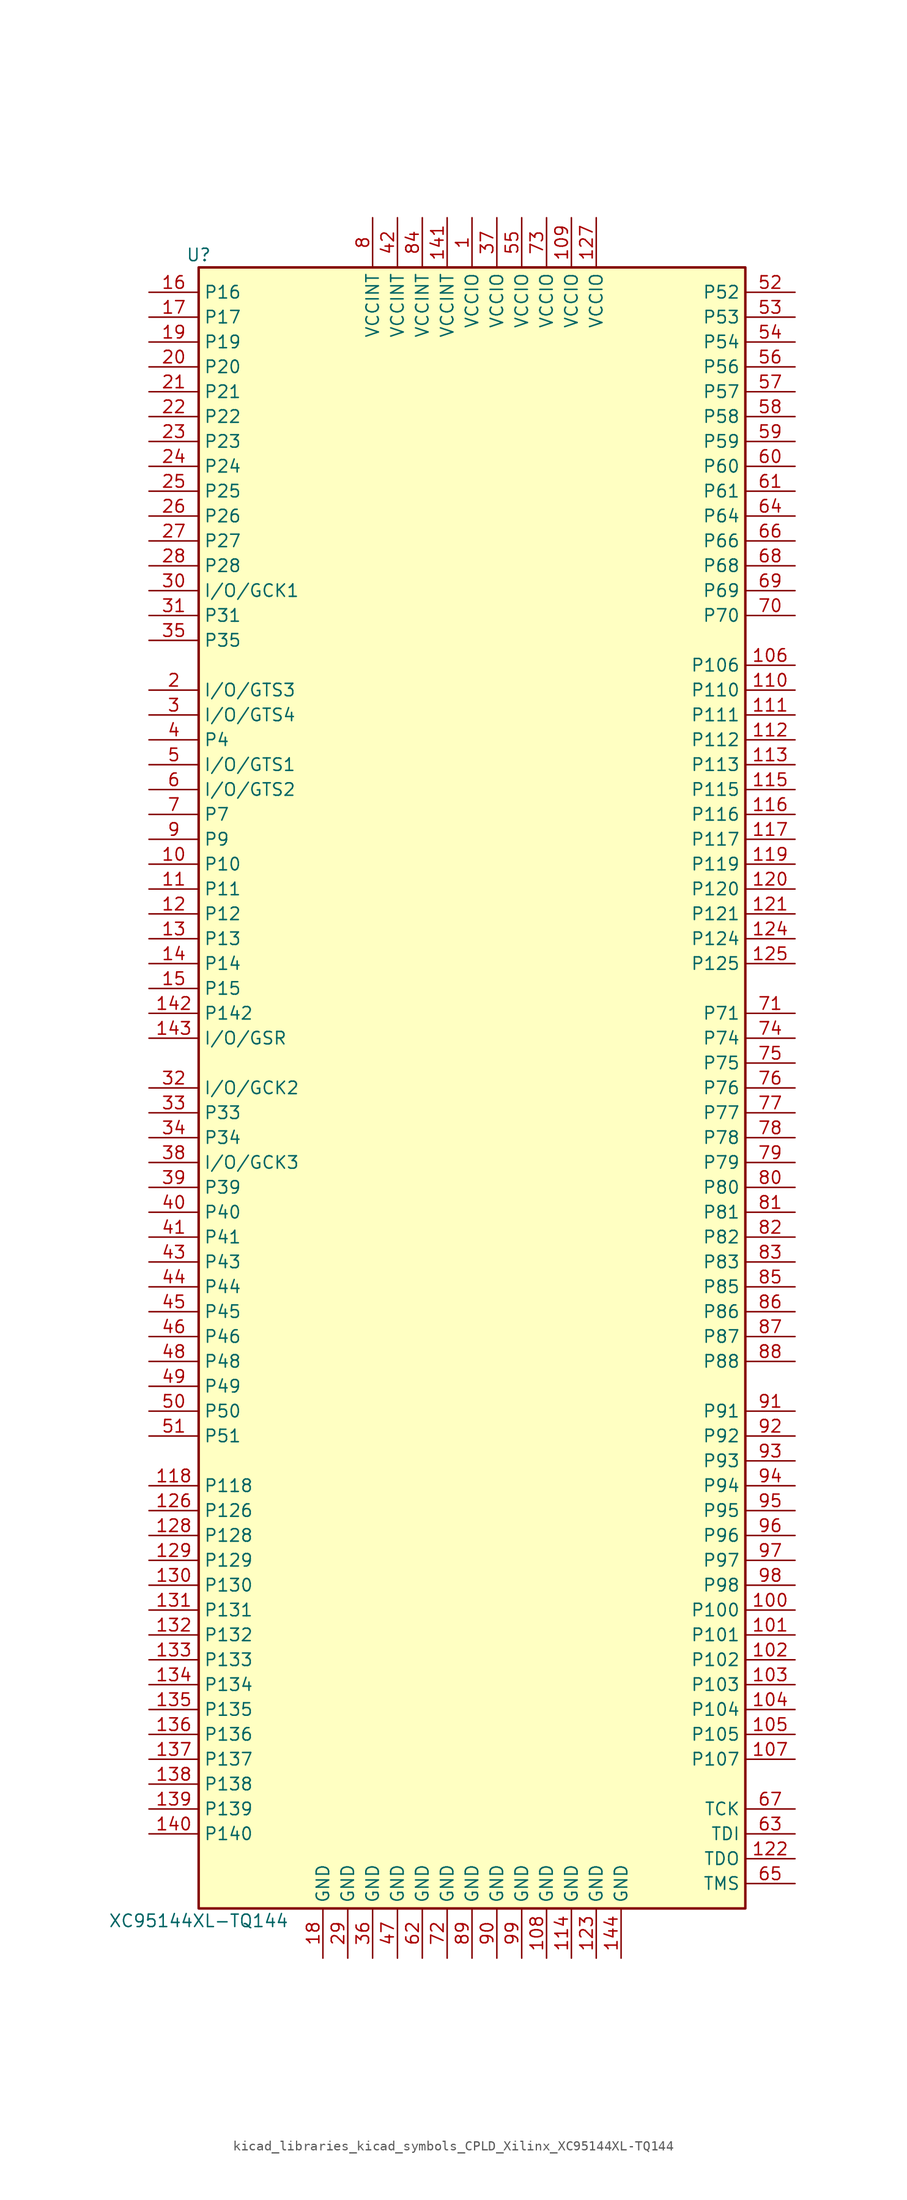
<source format=kicad_sym>
(kicad_symbol_lib
  (version 20220914)
  (generator kicad_symbol_editor)
  (symbol "kicad_libraries_kicad_symbols_CPLD_Xilinx_XC95144XL-TQ144"
    (property "Reference" "U"
      (at -27.94 85.09 0)
      (effects (font (size 1.27 1.27))))
    (property "Value" "XC95144XL-TQ144"
      (at -27.94 -85.09 0)
      (effects (font (size 1.27 1.27))))
    (symbol "kicad_libraries_kicad_symbols_CPLD_Xilinx_XC95144XL-TQ144_1_1"
      (rectangle (start -27.94 83.82) (end 27.94 -83.82) (stroke (width 0.254) (type default)) (fill (type background)))
      (pin power_in line (at 0 88.9 270) (length 5.08) (name "VCCIO" (effects (font (size 1.27 1.27)))) (number "1" (effects (font (size 1.27 1.27)))))
      (pin bidirectional line (at -33.02 22.86 0) (length 5.08) (name "P10" (effects (font (size 1.27 1.27)))) (number "10" (effects (font (size 1.27 1.27)))))
      (pin bidirectional line (at 33.02 -53.34 180) (length 5.08) (name "P100" (effects (font (size 1.27 1.27)))) (number "100" (effects (font (size 1.27 1.27)))))
      (pin bidirectional line (at 33.02 -55.88 180) (length 5.08) (name "P101" (effects (font (size 1.27 1.27)))) (number "101" (effects (font (size 1.27 1.27)))))
      (pin bidirectional line (at 33.02 -58.42 180) (length 5.08) (name "P102" (effects (font (size 1.27 1.27)))) (number "102" (effects (font (size 1.27 1.27)))))
      (pin bidirectional line (at 33.02 -60.96 180) (length 5.08) (name "P103" (effects (font (size 1.27 1.27)))) (number "103" (effects (font (size 1.27 1.27)))))
      (pin bidirectional line (at 33.02 -63.5 180) (length 5.08) (name "P104" (effects (font (size 1.27 1.27)))) (number "104" (effects (font (size 1.27 1.27)))))
      (pin bidirectional line (at 33.02 -66.04 180) (length 5.08) (name "P105" (effects (font (size 1.27 1.27)))) (number "105" (effects (font (size 1.27 1.27)))))
      (pin bidirectional line (at 33.02 43.18 180) (length 5.08) (name "P106" (effects (font (size 1.27 1.27)))) (number "106" (effects (font (size 1.27 1.27)))))
      (pin bidirectional line (at 33.02 -68.58 180) (length 5.08) (name "P107" (effects (font (size 1.27 1.27)))) (number "107" (effects (font (size 1.27 1.27)))))
      (pin power_in line (at 7.62 -88.9 90) (length 5.08) (name "GND" (effects (font (size 1.27 1.27)))) (number "108" (effects (font (size 1.27 1.27)))))
      (pin power_in line (at 10.16 88.9 270) (length 5.08) (name "VCCIO" (effects (font (size 1.27 1.27)))) (number "109" (effects (font (size 1.27 1.27)))))
      (pin bidirectional line (at -33.02 20.32 0) (length 5.08) (name "P11" (effects (font (size 1.27 1.27)))) (number "11" (effects (font (size 1.27 1.27)))))
      (pin bidirectional line (at 33.02 40.64 180) (length 5.08) (name "P110" (effects (font (size 1.27 1.27)))) (number "110" (effects (font (size 1.27 1.27)))))
      (pin bidirectional line (at 33.02 38.1 180) (length 5.08) (name "P111" (effects (font (size 1.27 1.27)))) (number "111" (effects (font (size 1.27 1.27)))))
      (pin bidirectional line (at 33.02 35.56 180) (length 5.08) (name "P112" (effects (font (size 1.27 1.27)))) (number "112" (effects (font (size 1.27 1.27)))))
      (pin bidirectional line (at 33.02 33.02 180) (length 5.08) (name "P113" (effects (font (size 1.27 1.27)))) (number "113" (effects (font (size 1.27 1.27)))))
      (pin power_in line (at 10.16 -88.9 90) (length 5.08) (name "GND" (effects (font (size 1.27 1.27)))) (number "114" (effects (font (size 1.27 1.27)))))
      (pin bidirectional line (at 33.02 30.48 180) (length 5.08) (name "P115" (effects (font (size 1.27 1.27)))) (number "115" (effects (font (size 1.27 1.27)))))
      (pin bidirectional line (at 33.02 27.94 180) (length 5.08) (name "P116" (effects (font (size 1.27 1.27)))) (number "116" (effects (font (size 1.27 1.27)))))
      (pin bidirectional line (at 33.02 25.4 180) (length 5.08) (name "P117" (effects (font (size 1.27 1.27)))) (number "117" (effects (font (size 1.27 1.27)))))
      (pin bidirectional line (at -33.02 -40.64 0) (length 5.08) (name "P118" (effects (font (size 1.27 1.27)))) (number "118" (effects (font (size 1.27 1.27)))))
      (pin bidirectional line (at 33.02 22.86 180) (length 5.08) (name "P119" (effects (font (size 1.27 1.27)))) (number "119" (effects (font (size 1.27 1.27)))))
      (pin bidirectional line (at -33.02 17.78 0) (length 5.08) (name "P12" (effects (font (size 1.27 1.27)))) (number "12" (effects (font (size 1.27 1.27)))))
      (pin bidirectional line (at 33.02 20.32 180) (length 5.08) (name "P120" (effects (font (size 1.27 1.27)))) (number "120" (effects (font (size 1.27 1.27)))))
      (pin bidirectional line (at 33.02 17.78 180) (length 5.08) (name "P121" (effects (font (size 1.27 1.27)))) (number "121" (effects (font (size 1.27 1.27)))))
      (pin bidirectional line (at 33.02 -78.74 180) (length 5.08) (name "TDO" (effects (font (size 1.27 1.27)))) (number "122" (effects (font (size 1.27 1.27)))))
      (pin power_in line (at 12.7 -88.9 90) (length 5.08) (name "GND" (effects (font (size 1.27 1.27)))) (number "123" (effects (font (size 1.27 1.27)))))
      (pin bidirectional line (at 33.02 15.24 180) (length 5.08) (name "P124" (effects (font (size 1.27 1.27)))) (number "124" (effects (font (size 1.27 1.27)))))
      (pin bidirectional line (at 33.02 12.7 180) (length 5.08) (name "P125" (effects (font (size 1.27 1.27)))) (number "125" (effects (font (size 1.27 1.27)))))
      (pin bidirectional line (at -33.02 -43.18 0) (length 5.08) (name "P126" (effects (font (size 1.27 1.27)))) (number "126" (effects (font (size 1.27 1.27)))))
      (pin power_in line (at 12.7 88.9 270) (length 5.08) (name "VCCIO" (effects (font (size 1.27 1.27)))) (number "127" (effects (font (size 1.27 1.27)))))
      (pin bidirectional line (at -33.02 -45.72 0) (length 5.08) (name "P128" (effects (font (size 1.27 1.27)))) (number "128" (effects (font (size 1.27 1.27)))))
      (pin bidirectional line (at -33.02 -48.26 0) (length 5.08) (name "P129" (effects (font (size 1.27 1.27)))) (number "129" (effects (font (size 1.27 1.27)))))
      (pin bidirectional line (at -33.02 15.24 0) (length 5.08) (name "P13" (effects (font (size 1.27 1.27)))) (number "13" (effects (font (size 1.27 1.27)))))
      (pin bidirectional line (at -33.02 -50.8 0) (length 5.08) (name "P130" (effects (font (size 1.27 1.27)))) (number "130" (effects (font (size 1.27 1.27)))))
      (pin bidirectional line (at -33.02 -53.34 0) (length 5.08) (name "P131" (effects (font (size 1.27 1.27)))) (number "131" (effects (font (size 1.27 1.27)))))
      (pin bidirectional line (at -33.02 -55.88 0) (length 5.08) (name "P132" (effects (font (size 1.27 1.27)))) (number "132" (effects (font (size 1.27 1.27)))))
      (pin bidirectional line (at -33.02 -58.42 0) (length 5.08) (name "P133" (effects (font (size 1.27 1.27)))) (number "133" (effects (font (size 1.27 1.27)))))
      (pin bidirectional line (at -33.02 -60.96 0) (length 5.08) (name "P134" (effects (font (size 1.27 1.27)))) (number "134" (effects (font (size 1.27 1.27)))))
      (pin bidirectional line (at -33.02 -63.5 0) (length 5.08) (name "P135" (effects (font (size 1.27 1.27)))) (number "135" (effects (font (size 1.27 1.27)))))
      (pin bidirectional line (at -33.02 -66.04 0) (length 5.08) (name "P136" (effects (font (size 1.27 1.27)))) (number "136" (effects (font (size 1.27 1.27)))))
      (pin bidirectional line (at -33.02 -68.58 0) (length 5.08) (name "P137" (effects (font (size 1.27 1.27)))) (number "137" (effects (font (size 1.27 1.27)))))
      (pin bidirectional line (at -33.02 -71.12 0) (length 5.08) (name "P138" (effects (font (size 1.27 1.27)))) (number "138" (effects (font (size 1.27 1.27)))))
      (pin bidirectional line (at -33.02 -73.66 0) (length 5.08) (name "P139" (effects (font (size 1.27 1.27)))) (number "139" (effects (font (size 1.27 1.27)))))
      (pin bidirectional line (at -33.02 12.7 0) (length 5.08) (name "P14" (effects (font (size 1.27 1.27)))) (number "14" (effects (font (size 1.27 1.27)))))
      (pin bidirectional line (at -33.02 -76.2 0) (length 5.08) (name "P140" (effects (font (size 1.27 1.27)))) (number "140" (effects (font (size 1.27 1.27)))))
      (pin power_in line (at -2.54 88.9 270) (length 5.08) (name "VCCINT" (effects (font (size 1.27 1.27)))) (number "141" (effects (font (size 1.27 1.27)))))
      (pin bidirectional line (at -33.02 7.62 0) (length 5.08) (name "P142" (effects (font (size 1.27 1.27)))) (number "142" (effects (font (size 1.27 1.27)))))
      (pin bidirectional line (at -33.02 5.08 0) (length 5.08) (name "I/O/GSR" (effects (font (size 1.27 1.27)))) (number "143" (effects (font (size 1.27 1.27)))))
      (pin power_in line (at 15.24 -88.9 90) (length 5.08) (name "GND" (effects (font (size 1.27 1.27)))) (number "144" (effects (font (size 1.27 1.27)))))
      (pin bidirectional line (at -33.02 10.16 0) (length 5.08) (name "P15" (effects (font (size 1.27 1.27)))) (number "15" (effects (font (size 1.27 1.27)))))
      (pin bidirectional line (at -33.02 81.28 0) (length 5.08) (name "P16" (effects (font (size 1.27 1.27)))) (number "16" (effects (font (size 1.27 1.27)))))
      (pin bidirectional line (at -33.02 78.74 0) (length 5.08) (name "P17" (effects (font (size 1.27 1.27)))) (number "17" (effects (font (size 1.27 1.27)))))
      (pin power_in line (at -15.24 -88.9 90) (length 5.08) (name "GND" (effects (font (size 1.27 1.27)))) (number "18" (effects (font (size 1.27 1.27)))))
      (pin bidirectional line (at -33.02 76.2 0) (length 5.08) (name "P19" (effects (font (size 1.27 1.27)))) (number "19" (effects (font (size 1.27 1.27)))))
      (pin bidirectional line (at -33.02 40.64 0) (length 5.08) (name "I/O/GTS3" (effects (font (size 1.27 1.27)))) (number "2" (effects (font (size 1.27 1.27)))))
      (pin bidirectional line (at -33.02 73.66 0) (length 5.08) (name "P20" (effects (font (size 1.27 1.27)))) (number "20" (effects (font (size 1.27 1.27)))))
      (pin bidirectional line (at -33.02 71.12 0) (length 5.08) (name "P21" (effects (font (size 1.27 1.27)))) (number "21" (effects (font (size 1.27 1.27)))))
      (pin bidirectional line (at -33.02 68.58 0) (length 5.08) (name "P22" (effects (font (size 1.27 1.27)))) (number "22" (effects (font (size 1.27 1.27)))))
      (pin bidirectional line (at -33.02 66.04 0) (length 5.08) (name "P23" (effects (font (size 1.27 1.27)))) (number "23" (effects (font (size 1.27 1.27)))))
      (pin bidirectional line (at -33.02 63.5 0) (length 5.08) (name "P24" (effects (font (size 1.27 1.27)))) (number "24" (effects (font (size 1.27 1.27)))))
      (pin bidirectional line (at -33.02 60.96 0) (length 5.08) (name "P25" (effects (font (size 1.27 1.27)))) (number "25" (effects (font (size 1.27 1.27)))))
      (pin bidirectional line (at -33.02 58.42 0) (length 5.08) (name "P26" (effects (font (size 1.27 1.27)))) (number "26" (effects (font (size 1.27 1.27)))))
      (pin bidirectional line (at -33.02 55.88 0) (length 5.08) (name "P27" (effects (font (size 1.27 1.27)))) (number "27" (effects (font (size 1.27 1.27)))))
      (pin bidirectional line (at -33.02 53.34 0) (length 5.08) (name "P28" (effects (font (size 1.27 1.27)))) (number "28" (effects (font (size 1.27 1.27)))))
      (pin power_in line (at -12.7 -88.9 90) (length 5.08) (name "GND" (effects (font (size 1.27 1.27)))) (number "29" (effects (font (size 1.27 1.27)))))
      (pin bidirectional line (at -33.02 38.1 0) (length 5.08) (name "I/O/GTS4" (effects (font (size 1.27 1.27)))) (number "3" (effects (font (size 1.27 1.27)))))
      (pin bidirectional line (at -33.02 50.8 0) (length 5.08) (name "I/O/GCK1" (effects (font (size 1.27 1.27)))) (number "30" (effects (font (size 1.27 1.27)))))
      (pin bidirectional line (at -33.02 48.26 0) (length 5.08) (name "P31" (effects (font (size 1.27 1.27)))) (number "31" (effects (font (size 1.27 1.27)))))
      (pin bidirectional line (at -33.02 0 0) (length 5.08) (name "I/O/GCK2" (effects (font (size 1.27 1.27)))) (number "32" (effects (font (size 1.27 1.27)))))
      (pin bidirectional line (at -33.02 -2.54 0) (length 5.08) (name "P33" (effects (font (size 1.27 1.27)))) (number "33" (effects (font (size 1.27 1.27)))))
      (pin bidirectional line (at -33.02 -5.08 0) (length 5.08) (name "P34" (effects (font (size 1.27 1.27)))) (number "34" (effects (font (size 1.27 1.27)))))
      (pin bidirectional line (at -33.02 45.72 0) (length 5.08) (name "P35" (effects (font (size 1.27 1.27)))) (number "35" (effects (font (size 1.27 1.27)))))
      (pin power_in line (at -10.16 -88.9 90) (length 5.08) (name "GND" (effects (font (size 1.27 1.27)))) (number "36" (effects (font (size 1.27 1.27)))))
      (pin power_in line (at 2.54 88.9 270) (length 5.08) (name "VCCIO" (effects (font (size 1.27 1.27)))) (number "37" (effects (font (size 1.27 1.27)))))
      (pin bidirectional line (at -33.02 -7.62 0) (length 5.08) (name "I/O/GCK3" (effects (font (size 1.27 1.27)))) (number "38" (effects (font (size 1.27 1.27)))))
      (pin bidirectional line (at -33.02 -10.16 0) (length 5.08) (name "P39" (effects (font (size 1.27 1.27)))) (number "39" (effects (font (size 1.27 1.27)))))
      (pin bidirectional line (at -33.02 35.56 0) (length 5.08) (name "P4" (effects (font (size 1.27 1.27)))) (number "4" (effects (font (size 1.27 1.27)))))
      (pin bidirectional line (at -33.02 -12.7 0) (length 5.08) (name "P40" (effects (font (size 1.27 1.27)))) (number "40" (effects (font (size 1.27 1.27)))))
      (pin bidirectional line (at -33.02 -15.24 0) (length 5.08) (name "P41" (effects (font (size 1.27 1.27)))) (number "41" (effects (font (size 1.27 1.27)))))
      (pin power_in line (at -7.62 88.9 270) (length 5.08) (name "VCCINT" (effects (font (size 1.27 1.27)))) (number "42" (effects (font (size 1.27 1.27)))))
      (pin bidirectional line (at -33.02 -17.78 0) (length 5.08) (name "P43" (effects (font (size 1.27 1.27)))) (number "43" (effects (font (size 1.27 1.27)))))
      (pin bidirectional line (at -33.02 -20.32 0) (length 5.08) (name "P44" (effects (font (size 1.27 1.27)))) (number "44" (effects (font (size 1.27 1.27)))))
      (pin bidirectional line (at -33.02 -22.86 0) (length 5.08) (name "P45" (effects (font (size 1.27 1.27)))) (number "45" (effects (font (size 1.27 1.27)))))
      (pin bidirectional line (at -33.02 -25.4 0) (length 5.08) (name "P46" (effects (font (size 1.27 1.27)))) (number "46" (effects (font (size 1.27 1.27)))))
      (pin power_in line (at -7.62 -88.9 90) (length 5.08) (name "GND" (effects (font (size 1.27 1.27)))) (number "47" (effects (font (size 1.27 1.27)))))
      (pin bidirectional line (at -33.02 -27.94 0) (length 5.08) (name "P48" (effects (font (size 1.27 1.27)))) (number "48" (effects (font (size 1.27 1.27)))))
      (pin bidirectional line (at -33.02 -30.48 0) (length 5.08) (name "P49" (effects (font (size 1.27 1.27)))) (number "49" (effects (font (size 1.27 1.27)))))
      (pin bidirectional line (at -33.02 33.02 0) (length 5.08) (name "I/O/GTS1" (effects (font (size 1.27 1.27)))) (number "5" (effects (font (size 1.27 1.27)))))
      (pin bidirectional line (at -33.02 -33.02 0) (length 5.08) (name "P50" (effects (font (size 1.27 1.27)))) (number "50" (effects (font (size 1.27 1.27)))))
      (pin bidirectional line (at -33.02 -35.56 0) (length 5.08) (name "P51" (effects (font (size 1.27 1.27)))) (number "51" (effects (font (size 1.27 1.27)))))
      (pin bidirectional line (at 33.02 81.28 180) (length 5.08) (name "P52" (effects (font (size 1.27 1.27)))) (number "52" (effects (font (size 1.27 1.27)))))
      (pin bidirectional line (at 33.02 78.74 180) (length 5.08) (name "P53" (effects (font (size 1.27 1.27)))) (number "53" (effects (font (size 1.27 1.27)))))
      (pin bidirectional line (at 33.02 76.2 180) (length 5.08) (name "P54" (effects (font (size 1.27 1.27)))) (number "54" (effects (font (size 1.27 1.27)))))
      (pin power_in line (at 5.08 88.9 270) (length 5.08) (name "VCCIO" (effects (font (size 1.27 1.27)))) (number "55" (effects (font (size 1.27 1.27)))))
      (pin bidirectional line (at 33.02 73.66 180) (length 5.08) (name "P56" (effects (font (size 1.27 1.27)))) (number "56" (effects (font (size 1.27 1.27)))))
      (pin bidirectional line (at 33.02 71.12 180) (length 5.08) (name "P57" (effects (font (size 1.27 1.27)))) (number "57" (effects (font (size 1.27 1.27)))))
      (pin bidirectional line (at 33.02 68.58 180) (length 5.08) (name "P58" (effects (font (size 1.27 1.27)))) (number "58" (effects (font (size 1.27 1.27)))))
      (pin bidirectional line (at 33.02 66.04 180) (length 5.08) (name "P59" (effects (font (size 1.27 1.27)))) (number "59" (effects (font (size 1.27 1.27)))))
      (pin bidirectional line (at -33.02 30.48 0) (length 5.08) (name "I/O/GTS2" (effects (font (size 1.27 1.27)))) (number "6" (effects (font (size 1.27 1.27)))))
      (pin bidirectional line (at 33.02 63.5 180) (length 5.08) (name "P60" (effects (font (size 1.27 1.27)))) (number "60" (effects (font (size 1.27 1.27)))))
      (pin bidirectional line (at 33.02 60.96 180) (length 5.08) (name "P61" (effects (font (size 1.27 1.27)))) (number "61" (effects (font (size 1.27 1.27)))))
      (pin power_in line (at -5.08 -88.9 90) (length 5.08) (name "GND" (effects (font (size 1.27 1.27)))) (number "62" (effects (font (size 1.27 1.27)))))
      (pin bidirectional line (at 33.02 -76.2 180) (length 5.08) (name "TDI" (effects (font (size 1.27 1.27)))) (number "63" (effects (font (size 1.27 1.27)))))
      (pin bidirectional line (at 33.02 58.42 180) (length 5.08) (name "P64" (effects (font (size 1.27 1.27)))) (number "64" (effects (font (size 1.27 1.27)))))
      (pin bidirectional line (at 33.02 -81.28 180) (length 5.08) (name "TMS" (effects (font (size 1.27 1.27)))) (number "65" (effects (font (size 1.27 1.27)))))
      (pin bidirectional line (at 33.02 55.88 180) (length 5.08) (name "P66" (effects (font (size 1.27 1.27)))) (number "66" (effects (font (size 1.27 1.27)))))
      (pin bidirectional line (at 33.02 -73.66 180) (length 5.08) (name "TCK" (effects (font (size 1.27 1.27)))) (number "67" (effects (font (size 1.27 1.27)))))
      (pin bidirectional line (at 33.02 53.34 180) (length 5.08) (name "P68" (effects (font (size 1.27 1.27)))) (number "68" (effects (font (size 1.27 1.27)))))
      (pin bidirectional line (at 33.02 50.8 180) (length 5.08) (name "P69" (effects (font (size 1.27 1.27)))) (number "69" (effects (font (size 1.27 1.27)))))
      (pin bidirectional line (at -33.02 27.94 0) (length 5.08) (name "P7" (effects (font (size 1.27 1.27)))) (number "7" (effects (font (size 1.27 1.27)))))
      (pin bidirectional line (at 33.02 48.26 180) (length 5.08) (name "P70" (effects (font (size 1.27 1.27)))) (number "70" (effects (font (size 1.27 1.27)))))
      (pin bidirectional line (at 33.02 7.62 180) (length 5.08) (name "P71" (effects (font (size 1.27 1.27)))) (number "71" (effects (font (size 1.27 1.27)))))
      (pin power_in line (at -2.54 -88.9 90) (length 5.08) (name "GND" (effects (font (size 1.27 1.27)))) (number "72" (effects (font (size 1.27 1.27)))))
      (pin power_in line (at 7.62 88.9 270) (length 5.08) (name "VCCIO" (effects (font (size 1.27 1.27)))) (number "73" (effects (font (size 1.27 1.27)))))
      (pin bidirectional line (at 33.02 5.08 180) (length 5.08) (name "P74" (effects (font (size 1.27 1.27)))) (number "74" (effects (font (size 1.27 1.27)))))
      (pin bidirectional line (at 33.02 2.54 180) (length 5.08) (name "P75" (effects (font (size 1.27 1.27)))) (number "75" (effects (font (size 1.27 1.27)))))
      (pin bidirectional line (at 33.02 0 180) (length 5.08) (name "P76" (effects (font (size 1.27 1.27)))) (number "76" (effects (font (size 1.27 1.27)))))
      (pin bidirectional line (at 33.02 -2.54 180) (length 5.08) (name "P77" (effects (font (size 1.27 1.27)))) (number "77" (effects (font (size 1.27 1.27)))))
      (pin bidirectional line (at 33.02 -5.08 180) (length 5.08) (name "P78" (effects (font (size 1.27 1.27)))) (number "78" (effects (font (size 1.27 1.27)))))
      (pin bidirectional line (at 33.02 -7.62 180) (length 5.08) (name "P79" (effects (font (size 1.27 1.27)))) (number "79" (effects (font (size 1.27 1.27)))))
      (pin power_in line (at -10.16 88.9 270) (length 5.08) (name "VCCINT" (effects (font (size 1.27 1.27)))) (number "8" (effects (font (size 1.27 1.27)))))
      (pin bidirectional line (at 33.02 -10.16 180) (length 5.08) (name "P80" (effects (font (size 1.27 1.27)))) (number "80" (effects (font (size 1.27 1.27)))))
      (pin bidirectional line (at 33.02 -12.7 180) (length 5.08) (name "P81" (effects (font (size 1.27 1.27)))) (number "81" (effects (font (size 1.27 1.27)))))
      (pin bidirectional line (at 33.02 -15.24 180) (length 5.08) (name "P82" (effects (font (size 1.27 1.27)))) (number "82" (effects (font (size 1.27 1.27)))))
      (pin bidirectional line (at 33.02 -17.78 180) (length 5.08) (name "P83" (effects (font (size 1.27 1.27)))) (number "83" (effects (font (size 1.27 1.27)))))
      (pin power_in line (at -5.08 88.9 270) (length 5.08) (name "VCCINT" (effects (font (size 1.27 1.27)))) (number "84" (effects (font (size 1.27 1.27)))))
      (pin bidirectional line (at 33.02 -20.32 180) (length 5.08) (name "P85" (effects (font (size 1.27 1.27)))) (number "85" (effects (font (size 1.27 1.27)))))
      (pin bidirectional line (at 33.02 -22.86 180) (length 5.08) (name "P86" (effects (font (size 1.27 1.27)))) (number "86" (effects (font (size 1.27 1.27)))))
      (pin bidirectional line (at 33.02 -25.4 180) (length 5.08) (name "P87" (effects (font (size 1.27 1.27)))) (number "87" (effects (font (size 1.27 1.27)))))
      (pin bidirectional line (at 33.02 -27.94 180) (length 5.08) (name "P88" (effects (font (size 1.27 1.27)))) (number "88" (effects (font (size 1.27 1.27)))))
      (pin power_in line (at 0 -88.9 90) (length 5.08) (name "GND" (effects (font (size 1.27 1.27)))) (number "89" (effects (font (size 1.27 1.27)))))
      (pin bidirectional line (at -33.02 25.4 0) (length 5.08) (name "P9" (effects (font (size 1.27 1.27)))) (number "9" (effects (font (size 1.27 1.27)))))
      (pin power_in line (at 2.54 -88.9 90) (length 5.08) (name "GND" (effects (font (size 1.27 1.27)))) (number "90" (effects (font (size 1.27 1.27)))))
      (pin bidirectional line (at 33.02 -33.02 180) (length 5.08) (name "P91" (effects (font (size 1.27 1.27)))) (number "91" (effects (font (size 1.27 1.27)))))
      (pin bidirectional line (at 33.02 -35.56 180) (length 5.08) (name "P92" (effects (font (size 1.27 1.27)))) (number "92" (effects (font (size 1.27 1.27)))))
      (pin bidirectional line (at 33.02 -38.1 180) (length 5.08) (name "P93" (effects (font (size 1.27 1.27)))) (number "93" (effects (font (size 1.27 1.27)))))
      (pin bidirectional line (at 33.02 -40.64 180) (length 5.08) (name "P94" (effects (font (size 1.27 1.27)))) (number "94" (effects (font (size 1.27 1.27)))))
      (pin bidirectional line (at 33.02 -43.18 180) (length 5.08) (name "P95" (effects (font (size 1.27 1.27)))) (number "95" (effects (font (size 1.27 1.27)))))
      (pin bidirectional line (at 33.02 -45.72 180) (length 5.08) (name "P96" (effects (font (size 1.27 1.27)))) (number "96" (effects (font (size 1.27 1.27)))))
      (pin bidirectional line (at 33.02 -48.26 180) (length 5.08) (name "P97" (effects (font (size 1.27 1.27)))) (number "97" (effects (font (size 1.27 1.27)))))
      (pin bidirectional line (at 33.02 -50.8 180) (length 5.08) (name "P98" (effects (font (size 1.27 1.27)))) (number "98" (effects (font (size 1.27 1.27)))))
      (pin power_in line (at 5.08 -88.9 90) (length 5.08) (name "GND" (effects (font (size 1.27 1.27)))) (number "99" (effects (font (size 1.27 1.27))))))))
</source>
